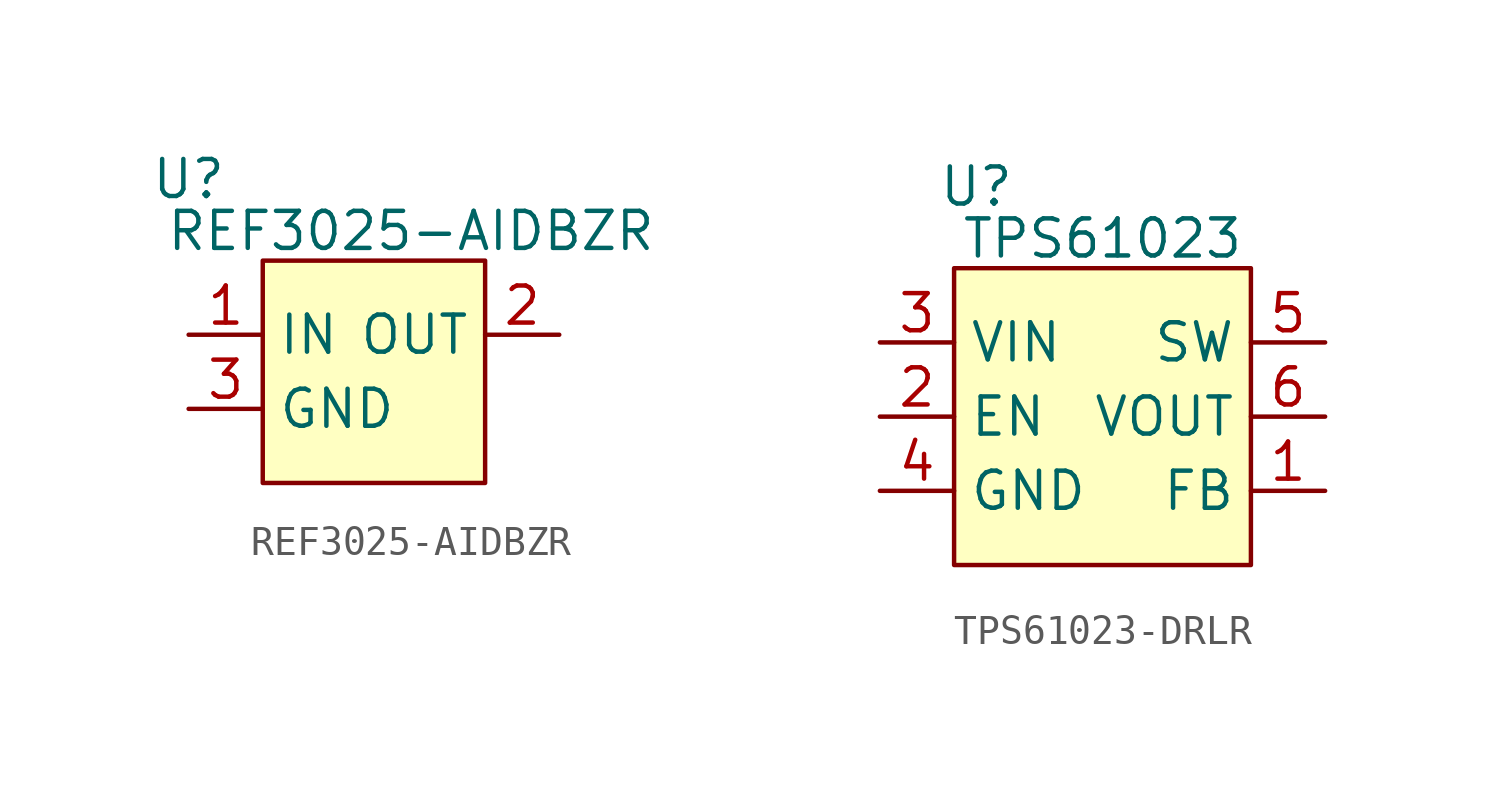
<source format=kicad_sym>
(kicad_symbol_lib
  (version 20231120)
  (generator "kicad_symbol_editor")
  (generator_version "8.0")
  (symbol "REF3025-AIDBZR"
    (property "Reference" "U"
      (at -6.35 6.604 0)
      (effects (font (size 1.27 1.27))))
    (property "Value" "REF3025-AIDBZR"
      (at 1.27 4.826 0)
      (effects (font (size 1.27 1.27))))
    (symbol "REF3025-AIDBZR_1_1"
      (rectangle (start -3.81 3.81) (end 3.81 -3.81) (stroke (width 0) (type default)) (fill (type background)))
      (pin input line (at -6.35 1.27 0) (length 2.54) (name "IN" (effects (font (size 1.27 1.27)))) (number "1" (effects (font (size 1.27 1.27)))))
      (pin output line (at 6.35 1.27 180) (length 2.54) (name "OUT" (effects (font (size 1.27 1.27)))) (number "2" (effects (font (size 1.27 1.27)))))
      (pin input line (at -6.35 -1.27 0) (length 2.54) (name "GND" (effects (font (size 1.27 1.27)))) (number "3" (effects (font (size 1.27 1.27)))))))
  (symbol "TPS61023-DRLR"
    (property "Reference" "U"
      (at -4.318 7.874 0)
      (effects (font (size 1.27 1.27))))
    (property "Value" "TPS61023"
      (at 0 6.096 0)
      (effects (font (size 1.27 1.27))))
    (symbol "TPS61023-DRLR_1_1"
      (rectangle (start -5.08 5.08) (end 5.08 -5.08) (stroke (width 0) (type default)) (fill (type background)))
      (pin input line (at 7.62 -2.54 180) (length 2.54) (name "FB" (effects (font (size 1.27 1.27)))) (number "1" (effects (font (size 1.27 1.27)))))
      (pin input line (at -7.62 0 0) (length 2.54) (name "EN" (effects (font (size 1.27 1.27)))) (number "2" (effects (font (size 1.27 1.27)))))
      (pin input line (at -7.62 2.54 0) (length 2.54) (name "VIN" (effects (font (size 1.27 1.27)))) (number "3" (effects (font (size 1.27 1.27)))))
      (pin input line (at -7.62 -2.54 0) (length 2.54) (name "GND" (effects (font (size 1.27 1.27)))) (number "4" (effects (font (size 1.27 1.27)))))
      (pin output line (at 7.62 2.54 180) (length 2.54) (name "SW" (effects (font (size 1.27 1.27)))) (number "5" (effects (font (size 1.27 1.27)))))
      (pin output line (at 7.62 0 180) (length 2.54) (name "VOUT" (effects (font (size 1.27 1.27)))) (number "6" (effects (font (size 1.27 1.27))))))))
</source>
